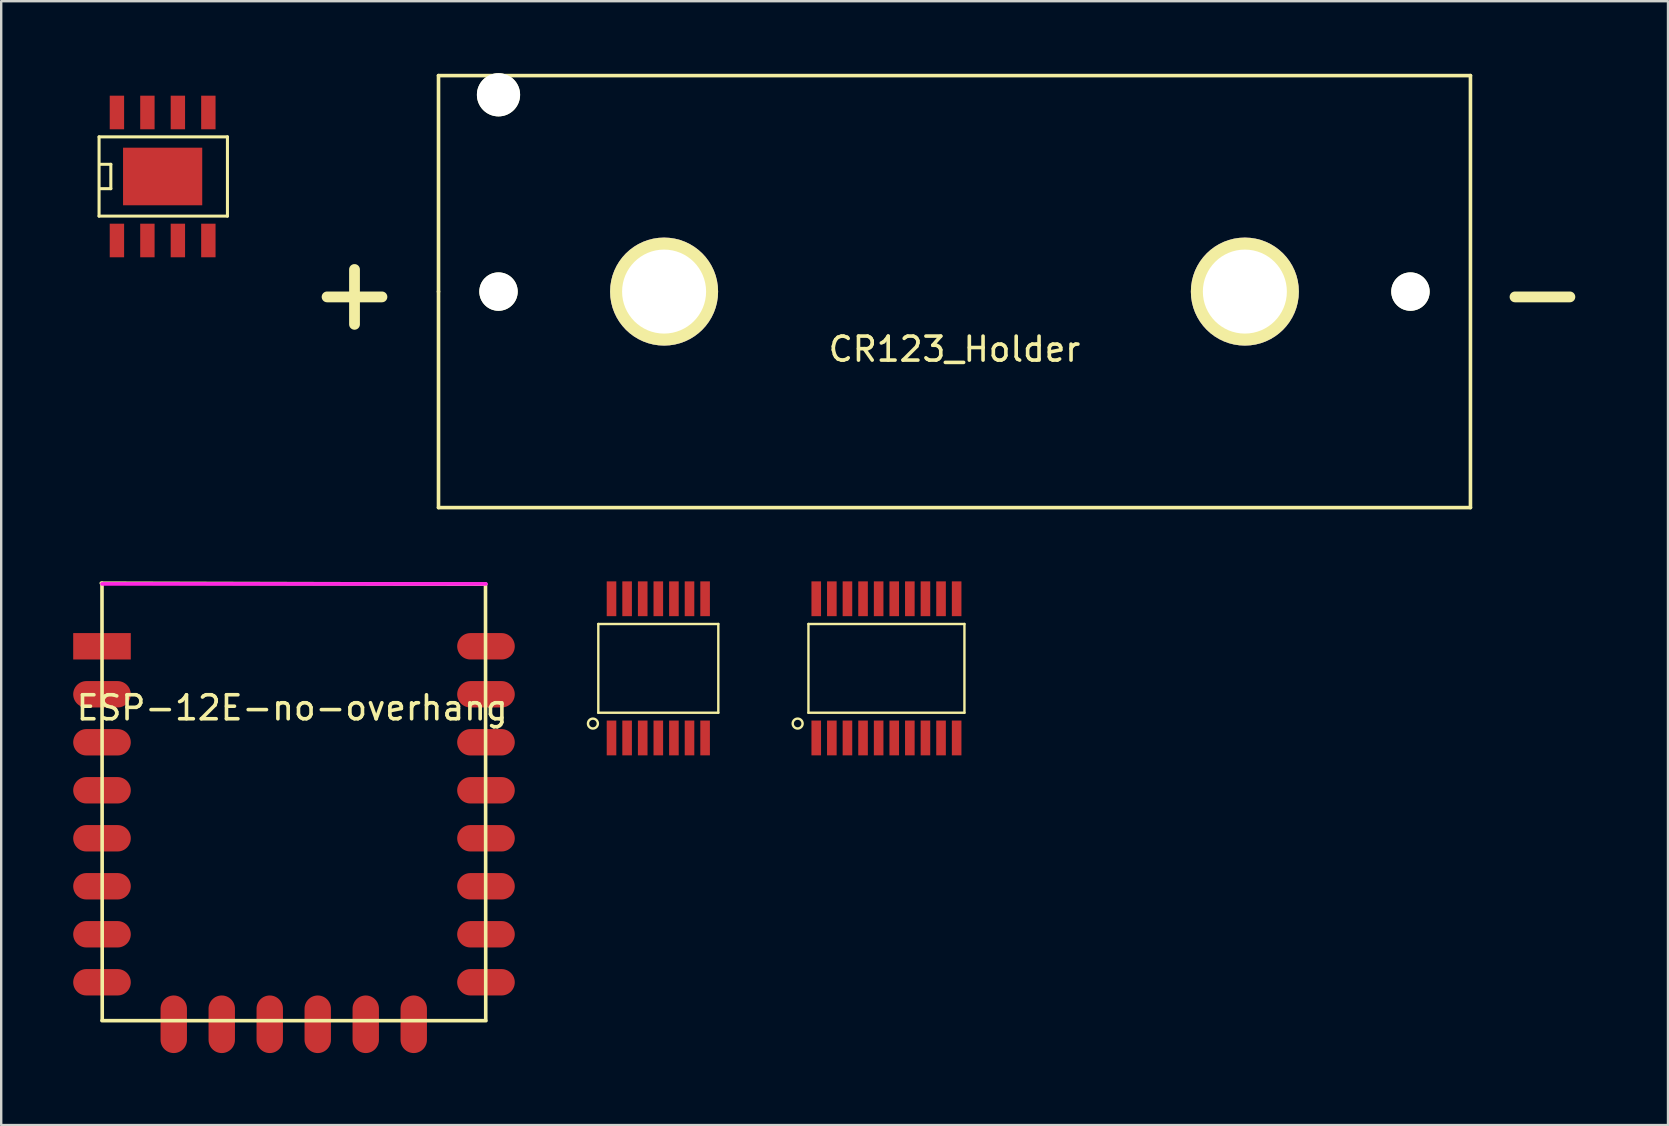
<source format=kicad_pcb>
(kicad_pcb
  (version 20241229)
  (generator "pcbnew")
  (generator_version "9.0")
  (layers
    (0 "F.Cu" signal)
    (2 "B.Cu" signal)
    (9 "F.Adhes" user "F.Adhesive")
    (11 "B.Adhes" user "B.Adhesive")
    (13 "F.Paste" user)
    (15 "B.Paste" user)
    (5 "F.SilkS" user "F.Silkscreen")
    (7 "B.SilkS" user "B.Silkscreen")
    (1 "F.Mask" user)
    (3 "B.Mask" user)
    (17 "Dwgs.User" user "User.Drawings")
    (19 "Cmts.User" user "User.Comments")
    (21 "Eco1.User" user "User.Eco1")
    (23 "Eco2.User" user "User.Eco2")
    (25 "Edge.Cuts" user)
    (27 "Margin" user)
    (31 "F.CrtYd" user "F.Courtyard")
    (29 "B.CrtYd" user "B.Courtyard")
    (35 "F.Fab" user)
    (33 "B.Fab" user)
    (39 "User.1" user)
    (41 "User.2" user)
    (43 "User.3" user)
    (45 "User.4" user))
  (footprint "TSSOP20_4mm"
    (layer "F.Cu")
    (at 33.887 24.8)
    (property "Reference" "TSSOP20_4mm" (at 0.2 -0.1 0) (layer "Eco1.User") (effects (font (size 0.5 0.5) (thickness 0.1))))
    (attr through_hole)
    (fp_line (start -3.25 -1.85) (end 3.25 -1.85) (stroke (width 0.1) (type solid)) (layer "F.SilkS"))
    (fp_line (start -3.25 1.85) (end -3.25 -1.85) (stroke (width 0.1) (type solid)) (layer "F.SilkS"))
    (fp_line (start 3.25 -1.85) (end 3.25 1.85) (stroke (width 0.1) (type solid)) (layer "F.SilkS"))
    (fp_line (start 3.25 1.85) (end -3.25 1.85) (stroke (width 0.1) (type solid)) (layer "F.SilkS"))
    (fp_circle (center -3.7 2.3) (end -3.5 2.35) (stroke (width 0.1) (type solid)) (fill no) (layer "F.SilkS"))
    (pad "1" smd rect (at -2.925 2.9) (size 0.4 1.45) (layers "F.Cu" "F.Mask" "F.Paste"))
    (pad "2" smd rect (at -2.275 2.9) (size 0.4 1.45) (layers "F.Cu" "F.Mask" "F.Paste"))
    (pad "3" smd rect (at -1.625 2.9) (size 0.4 1.45) (layers "F.Cu" "F.Mask" "F.Paste"))
    (pad "4" smd rect (at -0.975 2.9) (size 0.4 1.45) (layers "F.Cu" "F.Mask" "F.Paste"))
    (pad "5" smd rect (at -0.325 2.9) (size 0.4 1.45) (layers "F.Cu" "F.Mask" "F.Paste"))
    (pad "6" smd rect (at 0.325 2.9) (size 0.4 1.45) (layers "F.Cu" "F.Mask" "F.Paste"))
    (pad "7" smd rect (at 0.975 2.9) (size 0.4 1.45) (layers "F.Cu" "F.Mask" "F.Paste"))
    (pad "8" smd rect (at 1.625 2.9) (size 0.4 1.45) (layers "F.Cu" "F.Mask" "F.Paste"))
    (pad "9" smd rect (at 2.275 2.9) (size 0.4 1.45) (layers "F.Cu" "F.Mask" "F.Paste"))
    (pad "10" smd rect (at 2.925 2.9) (size 0.4 1.45) (layers "F.Cu" "F.Mask" "F.Paste"))
    (pad "11" smd rect (at 2.925 -2.9) (size 0.4 1.45) (layers "F.Cu" "F.Mask" "F.Paste"))
    (pad "12" smd rect (at 2.275 -2.9) (size 0.4 1.45) (layers "F.Cu" "F.Mask" "F.Paste"))
    (pad "13" smd rect (at 1.625 -2.9) (size 0.4 1.45) (layers "F.Cu" "F.Mask" "F.Paste"))
    (pad "14" smd rect (at 0.975 -2.9) (size 0.4 1.45) (layers "F.Cu" "F.Mask" "F.Paste"))
    (pad "15" smd rect (at 0.325 -2.9) (size 0.4 1.45) (layers "F.Cu" "F.Mask" "F.Paste"))
    (pad "16" smd rect (at -0.325 -2.9) (size 0.4 1.45) (layers "F.Cu" "F.Mask" "F.Paste"))
    (pad "17" smd rect (at -0.975 -2.9) (size 0.4 1.45) (layers "F.Cu" "F.Mask" "F.Paste"))
    (pad "18" smd rect (at -1.625 -2.9) (size 0.4 1.45) (layers "F.Cu" "F.Mask" "F.Paste"))
    (pad "19" smd rect (at -2.275 -2.9) (size 0.4 1.45) (layers "F.Cu" "F.Mask" "F.Paste"))
    (pad "20" smd rect (at -2.925 -2.9) (size 0.4 1.45) (layers "F.Cu" "F.Mask" "F.Paste")))
  (footprint "CR123_Holder"
    (layer "F.Cu")
    (at 36.722 9.1)
    (property "Reference" "CR123_Holder" (at 0 2.4 0) (layer "F.SilkS") (effects (font (size 1 1) (thickness 0.15))))
    (attr through_hole)
    (fp_line (start -21.5 -9) (end 21.5 -9) (stroke (width 0.15) (type solid)) (layer "F.SilkS"))
    (fp_line (start -21.5 0) (end -21.5 -9) (stroke (width 0.15) (type solid)) (layer "F.SilkS"))
    (fp_line (start -21.5 9) (end -21.5 0) (stroke (width 0.15) (type solid)) (layer "F.SilkS"))
    (fp_line (start 21.5 -9) (end 21.5 9) (stroke (width 0.15) (type solid)) (layer "F.SilkS"))
    (fp_line (start 21.5 9) (end -21.5 9) (stroke (width 0.15) (type solid)) (layer "F.SilkS"))
    (fp_text user "+" (at -25 0 0) (layer "F.SilkS") (effects (font (size 3 3) (thickness 0.45))))
    (fp_text user "-" (at 24.5 0 0) (layer "F.SilkS") (effects (font (size 3 3) (thickness 0.45))))
    (pad "" np_thru_hole circle (at -19 -8.2) (size 1.8 1.8) (drill 1.8) (layers "*.Cu" "*.Mask" "F.SilkS"))
    (pad "" np_thru_hole circle (at -19 0) (size 1.6 1.6) (drill 1.6) (layers "*.Cu" "*.Mask" "F.SilkS"))
    (pad "" np_thru_hole circle (at 19 0) (size 1.6 1.6) (drill 1.6) (layers "*.Cu" "*.Mask" "F.SilkS"))
    (pad "1" thru_hole circle (at -12.1 0) (size 4.5 4.5) (drill 3.5) (layers "*.Cu" "*.Mask" "F.SilkS"))
    (pad "2" thru_hole circle (at 12.1 0) (size 4.5 4.5) (drill 3.5) (layers "*.Cu" "*.Mask" "F.SilkS")))
  (footprint "TSSOP14_4mm"
    (layer "F.Cu")
    (at 24.381 24.8)
    (property "Reference" "TSSOP14_4mm" (at 0 0.05 0) (layer "Eco1.User") (effects (font (size 0.4 0.4) (thickness 0.1))))
    (attr through_hole)
    (fp_line (start -2.5 -1.85) (end 2.5 -1.85) (stroke (width 0.1) (type solid)) (layer "F.SilkS"))
    (fp_line (start -2.5 1.85) (end -2.5 -1.85) (stroke (width 0.1) (type solid)) (layer "F.SilkS"))
    (fp_line (start 2.5 -1.85) (end 2.5 1.85) (stroke (width 0.1) (type solid)) (layer "F.SilkS"))
    (fp_line (start 2.5 1.85) (end -2.5 1.85) (stroke (width 0.1) (type solid)) (layer "F.SilkS"))
    (fp_circle (center -2.725 2.3) (end -2.525 2.35) (stroke (width 0.1) (type solid)) (fill no) (layer "F.SilkS"))
    (pad "1" smd rect (at -1.95 2.9) (size 0.4 1.45) (layers "F.Cu" "F.Mask" "F.Paste"))
    (pad "2" smd rect (at -1.3 2.9) (size 0.4 1.45) (layers "F.Cu" "F.Mask" "F.Paste"))
    (pad "3" smd rect (at -0.65 2.9) (size 0.4 1.45) (layers "F.Cu" "F.Mask" "F.Paste"))
    (pad "4" smd rect (at 0 2.9) (size 0.4 1.45) (layers "F.Cu" "F.Mask" "F.Paste"))
    (pad "5" smd rect (at 0.65 2.9) (size 0.4 1.45) (layers "F.Cu" "F.Mask" "F.Paste"))
    (pad "6" smd rect (at 1.3 2.9) (size 0.4 1.45) (layers "F.Cu" "F.Mask" "F.Paste"))
    (pad "7" smd rect (at 1.95 2.9) (size 0.4 1.45) (layers "F.Cu" "F.Mask" "F.Paste"))
    (pad "14" smd rect (at 1.95 -2.9) (size 0.4 1.45) (layers "F.Cu" "F.Mask" "F.Paste"))
    (pad "15" smd rect (at 1.3 -2.9) (size 0.4 1.45) (layers "F.Cu" "F.Mask" "F.Paste"))
    (pad "16" smd rect (at 0.65 -2.9) (size 0.4 1.45) (layers "F.Cu" "F.Mask" "F.Paste"))
    (pad "17" smd rect (at 0 -2.9) (size 0.4 1.45) (layers "F.Cu" "F.Mask" "F.Paste"))
    (pad "18" smd rect (at -0.65 -2.9) (size 0.4 1.45) (layers "F.Cu" "F.Mask" "F.Paste"))
    (pad "19" smd rect (at -1.3 -2.9) (size 0.4 1.45) (layers "F.Cu" "F.Mask" "F.Paste"))
    (pad "20" smd rect (at -1.95 -2.9) (size 0.4 1.45) (layers "F.Cu" "F.Mask" "F.Paste")))
  (footprint "ESP-12E-no-overhang"
    (layer "F.Cu")
    (at 1.2 23.88)
    (property "Reference" "ESP-12E-no-overhang" (at 7.925 2.565 180) (layer "F.SilkS") (effects (font (size 1 1) (thickness 0.15))))
    (attr through_hole)
    (fp_line (start -0.03 -2.63) (end 15.98 -2.59) (stroke (width 0.15) (type solid)) (layer "F.SilkS"))
    (fp_line (start 0.01 15.58) (end 0 -2.63) (stroke (width 0.15) (type solid)) (layer "F.SilkS"))
    (fp_line (start 15.98 -2.59) (end 15.99 15.53) (stroke (width 0.15) (type solid)) (layer "F.SilkS"))
    (fp_line (start 16 15.6) (end 0 15.6) (stroke (width 0.152) (type solid)) (layer "F.SilkS"))
    (fp_line (start 0 -2.6) (end 16 -2.6) (stroke (width 0.152) (type solid)) (layer "F.CrtYd"))
    (pad "1" smd rect (at 0 0) (size 2.4 1.1) (layers "F.Cu" "F.Mask" "F.Paste"))
    (pad "2" smd oval (at 0 2) (size 2.4 1.1) (layers "F.Cu" "F.Mask" "F.Paste"))
    (pad "3" smd oval (at 0 4) (size 2.4 1.1) (layers "F.Cu" "F.Mask" "F.Paste"))
    (pad "4" smd oval (at 0 6) (size 2.4 1.1) (layers "F.Cu" "F.Mask" "F.Paste"))
    (pad "5" smd oval (at 0 8) (size 2.4 1.1) (layers "F.Cu" "F.Mask" "F.Paste"))
    (pad "6" smd oval (at 0 10) (size 2.4 1.1) (layers "F.Cu" "F.Mask" "F.Paste"))
    (pad "7" smd oval (at 0 12) (size 2.4 1.1) (layers "F.Cu" "F.Mask" "F.Paste"))
    (pad "8" smd oval (at 0 14) (size 2.4 1.1) (layers "F.Cu" "F.Mask" "F.Paste"))
    (pad "9" smd oval (at 2.99 15.75 90) (size 2.4 1.1) (layers "F.Cu" "F.Mask" "F.Paste"))
    (pad "10" smd oval (at 4.99 15.75 90) (size 2.4 1.1) (layers "F.Cu" "F.Mask" "F.Paste"))
    (pad "11" smd oval (at 6.99 15.75 90) (size 2.4 1.1) (layers "F.Cu" "F.Mask" "F.Paste"))
    (pad "12" smd oval (at 8.99 15.75 90) (size 2.4 1.1) (layers "F.Cu" "F.Mask" "F.Paste"))
    (pad "13" smd oval (at 10.99 15.75 90) (size 2.4 1.1) (layers "F.Cu" "F.Mask" "F.Paste"))
    (pad "14" smd oval (at 12.99 15.75 90) (size 2.4 1.1) (layers "F.Cu" "F.Mask" "F.Paste"))
    (pad "15" smd oval (at 16 14) (size 2.4 1.1) (layers "F.Cu" "F.Mask" "F.Paste"))
    (pad "16" smd oval (at 16 12) (size 2.4 1.1) (layers "F.Cu" "F.Mask" "F.Paste"))
    (pad "17" smd oval (at 16 10) (size 2.4 1.1) (layers "F.Cu" "F.Mask" "F.Paste"))
    (pad "18" smd oval (at 16 8) (size 2.4 1.1) (layers "F.Cu" "F.Mask" "F.Paste"))
    (pad "19" smd oval (at 16 6) (size 2.4 1.1) (layers "F.Cu" "F.Mask" "F.Paste"))
    (pad "20" smd oval (at 16 4) (size 2.4 1.1) (layers "F.Cu" "F.Mask" "F.Paste"))
    (pad "21" smd oval (at 16 2) (size 2.4 1.1) (layers "F.Cu" "F.Mask" "F.Paste"))
    (pad "22" smd oval (at 16 0) (size 2.4 1.1) (layers "F.Cu" "F.Mask" "F.Paste")))
  (footprint "CN3063_SOIC8_EP"
    (layer "F.Cu")
    (at 3.727 4.304)
    (property "Reference" "CN3063_SOIC8_EP" (at -3.2 -0.1 90) (layer "Eco1.User") (effects (font (size 0.6 0.6) (thickness 0.1))))
    (attr smd)
    (fp_line (start -2.649 -1.651) (end -2.649 1.651) (stroke (width 0.127) (type solid)) (layer "F.SilkS"))
    (fp_line (start -2.649 -1.651) (end 2.7 -1.651) (stroke (width 0.127) (type solid)) (layer "F.SilkS"))
    (fp_line (start -2.6 -0.508) (end -2.159 -0.508) (stroke (width 0.127) (type solid)) (layer "F.SilkS"))
    (fp_line (start -2.159 -0.508) (end -2.159 0.508) (stroke (width 0.127) (type solid)) (layer "F.SilkS"))
    (fp_line (start -2.159 0.508) (end -2.6 0.508) (stroke (width 0.127) (type solid)) (layer "F.SilkS"))
    (fp_line (start 2.7 -1.651) (end 2.7 1.651) (stroke (width 0.127) (type solid)) (layer "F.SilkS"))
    (fp_line (start 2.7 1.651) (end -2.649 1.651) (stroke (width 0.127) (type solid)) (layer "F.SilkS"))
    (pad "1" smd rect (at -1.905 2.667) (size 0.599 1.4) (layers "F.Cu" "F.Mask" "F.Paste"))
    (pad "2" smd rect (at -0.635 2.667) (size 0.599 1.4) (layers "F.Cu" "F.Mask" "F.Paste"))
    (pad "3" smd rect (at 0.635 2.667) (size 0.599 1.4) (layers "F.Cu" "F.Mask" "F.Paste"))
    (pad "4" smd rect (at 1.905 2.667) (size 0.599 1.4) (layers "F.Cu" "F.Mask" "F.Paste"))
    (pad "5" smd rect (at 1.905 -2.667) (size 0.599 1.4) (layers "F.Cu" "F.Mask" "F.Paste"))
    (pad "6" smd rect (at 0.635 -2.667) (size 0.599 1.4) (layers "F.Cu" "F.Mask" "F.Paste"))
    (pad "7" smd rect (at -0.635 -2.667) (size 0.599 1.4) (layers "F.Cu" "F.Mask" "F.Paste"))
    (pad "8" smd rect (at -1.905 -2.667) (size 0.599 1.4) (layers "F.Cu" "F.Mask" "F.Paste"))
    (pad "PAD" smd rect (at 0 0) (size 3.3 2.4) (layers "F.Cu" "F.Mask" "F.Paste")))
  (gr_rect
    (start -3 -3)
    (end 66.454 43.83)
    (stroke (width 0.1) (type default))
    (fill no)
    (layer "Edge.Cuts")))
</source>
